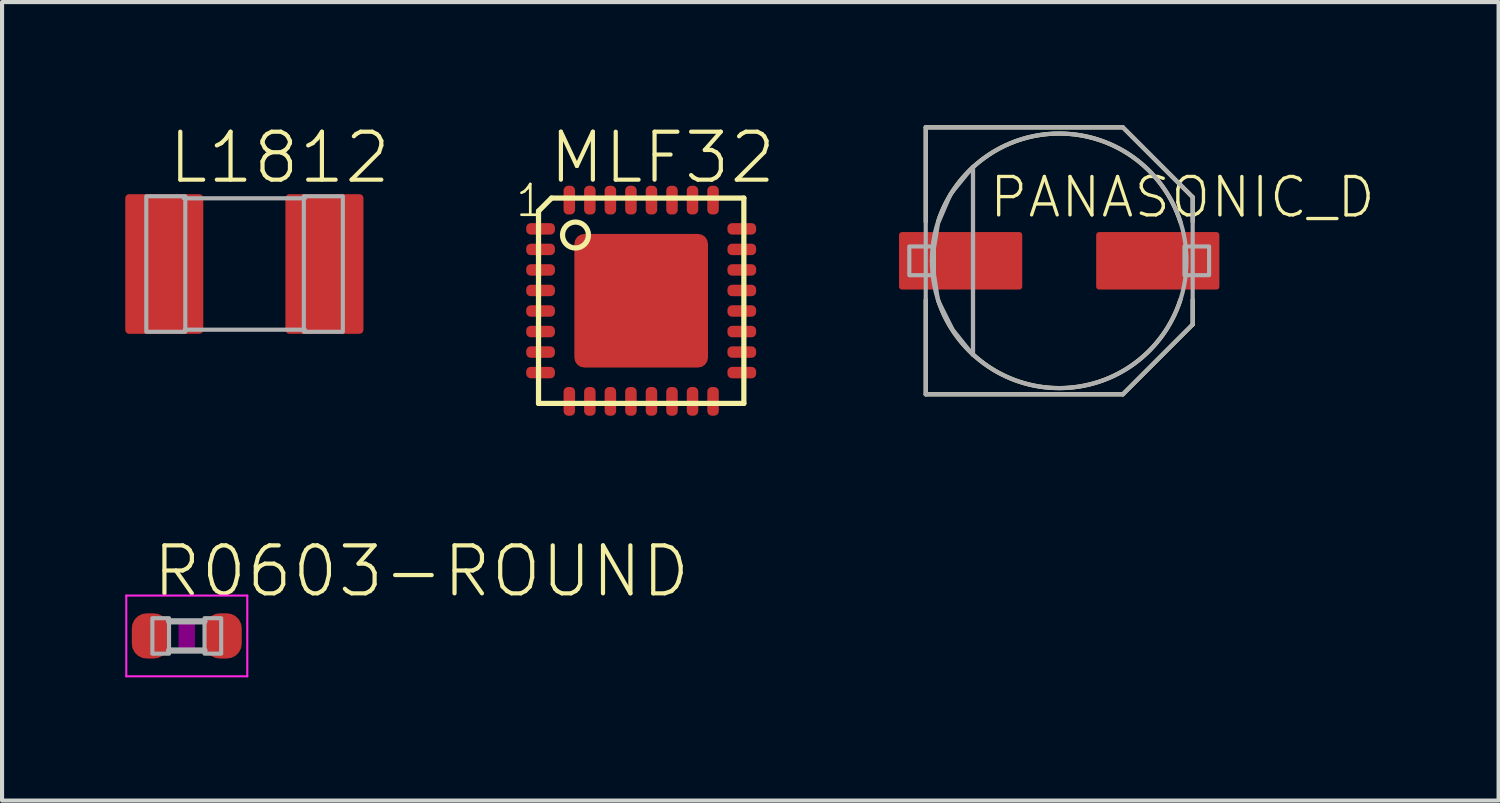
<source format=kicad_pcb>
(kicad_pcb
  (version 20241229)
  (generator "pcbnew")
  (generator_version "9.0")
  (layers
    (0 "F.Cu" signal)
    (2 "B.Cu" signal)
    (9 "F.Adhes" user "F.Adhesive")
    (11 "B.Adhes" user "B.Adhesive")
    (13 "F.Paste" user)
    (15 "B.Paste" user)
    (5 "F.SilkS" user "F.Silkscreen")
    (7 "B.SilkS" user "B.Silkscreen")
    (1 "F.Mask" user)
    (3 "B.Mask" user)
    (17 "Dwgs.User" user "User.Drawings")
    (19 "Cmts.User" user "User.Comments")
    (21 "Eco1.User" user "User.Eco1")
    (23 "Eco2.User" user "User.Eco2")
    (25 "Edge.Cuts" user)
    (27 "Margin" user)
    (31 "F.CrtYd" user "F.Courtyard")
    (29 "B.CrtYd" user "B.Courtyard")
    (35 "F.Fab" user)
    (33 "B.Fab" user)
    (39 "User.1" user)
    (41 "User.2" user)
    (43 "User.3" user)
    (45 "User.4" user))
  (footprint "L1812"
    (layer "F.Cu")
    (at 2.9 3.378)
    (property "Reference" "L1812" (at -1.905 -1.905 0) (layer "F.SilkS") (effects (font (size 1.168 1.168) (thickness 0.102)) (justify left bottom)))
    (fp_line (start -1.473 -1.6) (end 1.473 -1.6) (stroke (width 0.102) (type solid)) (layer "F.Fab"))
    (fp_line (start -1.448 1.6) (end 1.473 1.6) (stroke (width 0.102) (type solid)) (layer "F.Fab"))
    (fp_poly (pts (xy -2.388 1.651) (xy -1.438 1.651) (xy -1.438 -1.649) (xy -2.388 -1.649)) (stroke (width 0.1) (type default)) (fill no) (layer "F.Fab"))
    (fp_poly (pts (xy 1.448 1.651) (xy 2.398 1.651) (xy 2.398 -1.649) (xy 1.448 -1.649)) (stroke (width 0.1) (type default)) (fill no) (layer "F.Fab"))
    (pad "1" smd roundrect (at -1.95 0) (size 1.9 3.4) (layers "F.Cu" "F.Mask" "F.Paste") (roundrect_rratio 0.05))
    (pad "2" smd roundrect (at 1.95 0) (size 1.9 3.4) (layers "F.Cu" "F.Mask" "F.Paste") (roundrect_rratio 0.05)))
  (footprint "PANASONIC_D"
    (layer "F.Cu")
    (at 22.742 3.301)
    (property "Reference" "PANASONIC_D" (at -1.75 -1 0) (layer "F.SilkS") (effects (font (size 0.935 0.935) (thickness 0.081)) (justify left bottom)))
    (fp_line (start -3.25 -3.25) (end 1.55 -3.25) (stroke (width 0.102) (type solid)) (layer "F.SilkS"))
    (fp_line (start -3.25 -0.95) (end -3.25 -3.25) (stroke (width 0.102) (type solid)) (layer "F.SilkS"))
    (fp_line (start -3.25 3.25) (end -3.25 0.95) (stroke (width 0.102) (type solid)) (layer "F.SilkS"))
    (fp_line (start 1.55 -3.25) (end 3.25 -1.55) (stroke (width 0.102) (type solid)) (layer "F.SilkS"))
    (fp_line (start 1.55 3.25) (end -3.25 3.25) (stroke (width 0.102) (type solid)) (layer "F.SilkS"))
    (fp_line (start 3.25 -1.55) (end 3.25 -0.95) (stroke (width 0.102) (type solid)) (layer "F.SilkS"))
    (fp_line (start 3.25 0.95) (end 3.25 1.55) (stroke (width 0.102) (type solid)) (layer "F.SilkS"))
    (fp_line (start 3.25 1.55) (end 1.55 3.25) (stroke (width 0.102) (type solid)) (layer "F.SilkS"))
    (fp_arc (start -2.95 -0.95) (mid 0 -3.099193) (end 2.95 -0.95) (stroke (width 0.1016) (type solid)) (layer "F.SilkS"))
    (fp_arc (start 2.95 0.95) (mid 0 3.099193) (end -2.95 0.95) (stroke (width 0.1016) (type solid)) (layer "F.SilkS"))
    (fp_line (start -3.25 -3.25) (end 1.55 -3.25) (stroke (width 0.102) (type solid)) (layer "F.Fab"))
    (fp_line (start -3.25 3.25) (end -3.25 -3.25) (stroke (width 0.102) (type solid)) (layer "F.Fab"))
    (fp_line (start -2.1 -2.25) (end -2.1 2.2) (stroke (width 0.102) (type solid)) (layer "F.Fab"))
    (fp_line (start 1.55 -3.25) (end 3.25 -1.55) (stroke (width 0.102) (type solid)) (layer "F.Fab"))
    (fp_line (start 1.55 3.25) (end -3.25 3.25) (stroke (width 0.102) (type solid)) (layer "F.Fab"))
    (fp_line (start 3.25 -1.55) (end 3.25 1.55) (stroke (width 0.102) (type solid)) (layer "F.Fab"))
    (fp_line (start 3.25 1.55) (end 1.55 3.25) (stroke (width 0.102) (type solid)) (layer "F.Fab"))
    (fp_circle (center 0 0) (end 3.1 0) (stroke (width 0.102) (type solid)) (fill no) (layer "F.Fab"))
    (fp_poly (pts (xy -3.65 0.35) (xy -3.05 0.35) (xy -3.05 -0.35) (xy -3.65 -0.35)) (stroke (width 0.1) (type default)) (fill no) (layer "F.Fab"))
    (fp_poly (pts (xy 3.05 0.35) (xy 3.65 0.35) (xy 3.65 -0.35) (xy 3.05 -0.35)) (stroke (width 0.1) (type default)) (fill no) (layer "F.Fab"))
    (fp_poly (pts (xy -2.099 2.295) (xy -2.593 1.678) (xy -2.949 0.966) (xy -3.101 -0.00022) (xy -2.949 -0.914) (xy -2.644 -1.627) (xy -2.099 -2.292)) (stroke (width 0.1) (type default)) (fill no) (layer "F.Fab"))
    (pad "+" smd roundrect (at 2.4 0) (size 3 1.4) (layers "F.Cu" "F.Mask" "F.Paste") (roundrect_rratio 0.05))
    (pad "-" smd roundrect (at -2.4 0) (size 3 1.4) (layers "F.Cu" "F.Mask" "F.Paste") (roundrect_rratio 0.05)))
  (footprint "MLF32"
    (layer "F.Cu")
    (at 12.563 4.273)
    (property "Reference" "MLF32" (at -2.3 -2.8 0) (layer "F.SilkS") (effects (font (size 1.168 1.168) (thickness 0.102)) (justify left bottom)))
    (fp_poly (pts (xy 0.232 -1.313) (xy 0.456 -1.253) (xy 0.667 -1.155) (xy 0.857 -1.022) (xy 1.022 -0.857) (xy 1.155 -0.667) (xy 1.254 -0.454) (xy 1.334 -0.003) (xy 1.313 0.232) (xy 1.253 0.456) (xy 1.155 0.667) (xy 1.022 0.857) (xy 0.857 1.022) (xy 0.667 1.155) (xy 0.456 1.253) (xy 0.232 1.313) (xy 0 1.334) (xy -0.232 1.313) (xy -0.456 1.253) (xy -0.667 1.155) (xy -0.857 1.022) (xy -1.022 0.857) (xy -1.155 0.667) (xy -1.253 0.456) (xy -1.313 0.232) (xy -1.334 0) (xy -1.313 -0.232) (xy -1.253 -0.456) (xy -1.155 -0.667) (xy -1.022 -0.857) (xy -0.857 -1.022) (xy -0.667 -1.155) (xy -0.456 -1.253) (xy -0.232 -1.313) (xy 0 -1.334)) (stroke (width 0) (type default)) (fill yes) (layer "F.Mask"))
    (fp_line (start -2.5 -2.183) (end -2.5 2.5) (stroke (width 0.127) (type solid)) (layer "F.SilkS"))
    (fp_line (start -2.5 2.5) (end 2.5 2.5) (stroke (width 0.127) (type solid)) (layer "F.SilkS"))
    (fp_line (start -2.183 -2.5) (end -2.5 -2.183) (stroke (width 0.127) (type solid)) (layer "F.SilkS"))
    (fp_line (start 2.5 -2.5) (end -2.183 -2.5) (stroke (width 0.127) (type solid)) (layer "F.SilkS"))
    (fp_line (start 2.5 2.5) (end 2.5 -2.5) (stroke (width 0.127) (type solid)) (layer "F.SilkS"))
    (fp_circle (center -1.6 -1.6) (end -1.284 -1.6) (stroke (width 0.127) (type solid)) (fill no) (layer "F.SilkS"))
    (fp_poly (pts (xy -0.635 0.635) (xy 0.635 0.635) (xy 0.635 -0.635) (xy -0.635 -0.635)) (stroke (width 0) (type default)) (fill yes) (layer "F.Paste"))
    (fp_text user "1" (at -3.1 -2 0) (layer "F.SilkS") (effects (font (size 0.748 0.748) (thickness 0.065)) (justify left bottom)))
    (pad "1" smd roundrect (at -2.45 -1.75 90) (size 0.28 0.7) (layers "F.Cu" "F.Mask" "F.Paste") (roundrect_rratio 0.4))
    (pad "2" smd roundrect (at -2.45 -1.25 90) (size 0.28 0.7) (layers "F.Cu" "F.Mask" "F.Paste") (roundrect_rratio 0.4))
    (pad "3" smd roundrect (at -2.45 -0.75 90) (size 0.28 0.7) (layers "F.Cu" "F.Mask" "F.Paste") (roundrect_rratio 0.4))
    (pad "4" smd roundrect (at -2.45 -0.25 90) (size 0.28 0.7) (layers "F.Cu" "F.Mask" "F.Paste") (roundrect_rratio 0.4))
    (pad "5" smd roundrect (at -2.45 0.25 90) (size 0.28 0.7) (layers "F.Cu" "F.Mask" "F.Paste") (roundrect_rratio 0.4))
    (pad "6" smd roundrect (at -2.45 0.75 90) (size 0.28 0.7) (layers "F.Cu" "F.Mask" "F.Paste") (roundrect_rratio 0.4))
    (pad "7" smd roundrect (at -2.45 1.25 90) (size 0.28 0.7) (layers "F.Cu" "F.Mask" "F.Paste") (roundrect_rratio 0.4))
    (pad "8" smd roundrect (at -2.45 1.75 90) (size 0.28 0.7) (layers "F.Cu" "F.Mask" "F.Paste") (roundrect_rratio 0.4))
    (pad "9" smd roundrect (at -1.75 2.45 180) (size 0.28 0.7) (layers "F.Cu" "F.Mask" "F.Paste") (roundrect_rratio 0.4))
    (pad "10" smd roundrect (at -1.25 2.45 180) (size 0.28 0.7) (layers "F.Cu" "F.Mask" "F.Paste") (roundrect_rratio 0.4))
    (pad "11" smd roundrect (at -0.75 2.45 180) (size 0.28 0.7) (layers "F.Cu" "F.Mask" "F.Paste") (roundrect_rratio 0.4))
    (pad "12" smd roundrect (at -0.25 2.45 180) (size 0.28 0.7) (layers "F.Cu" "F.Mask" "F.Paste") (roundrect_rratio 0.4))
    (pad "13" smd roundrect (at 0.25 2.45 180) (size 0.28 0.7) (layers "F.Cu" "F.Mask" "F.Paste") (roundrect_rratio 0.4))
    (pad "14" smd roundrect (at 0.75 2.45 180) (size 0.28 0.7) (layers "F.Cu" "F.Mask" "F.Paste") (roundrect_rratio 0.4))
    (pad "15" smd roundrect (at 1.25 2.45 180) (size 0.28 0.7) (layers "F.Cu" "F.Mask" "F.Paste") (roundrect_rratio 0.4))
    (pad "16" smd roundrect (at 1.75 2.45 180) (size 0.28 0.7) (layers "F.Cu" "F.Mask" "F.Paste") (roundrect_rratio 0.4))
    (pad "17" smd roundrect (at 2.45 1.75 90) (size 0.28 0.7) (layers "F.Cu" "F.Mask" "F.Paste") (roundrect_rratio 0.4))
    (pad "18" smd roundrect (at 2.45 1.25 90) (size 0.28 0.7) (layers "F.Cu" "F.Mask" "F.Paste") (roundrect_rratio 0.4))
    (pad "19" smd roundrect (at 2.45 0.75 90) (size 0.28 0.7) (layers "F.Cu" "F.Mask" "F.Paste") (roundrect_rratio 0.4))
    (pad "20" smd roundrect (at 2.45 0.25 90) (size 0.28 0.7) (layers "F.Cu" "F.Mask" "F.Paste") (roundrect_rratio 0.4))
    (pad "21" smd roundrect (at 2.45 -0.25 90) (size 0.28 0.7) (layers "F.Cu" "F.Mask" "F.Paste") (roundrect_rratio 0.4))
    (pad "22" smd roundrect (at 2.45 -0.75 90) (size 0.28 0.7) (layers "F.Cu" "F.Mask" "F.Paste") (roundrect_rratio 0.4))
    (pad "23" smd roundrect (at 2.45 -1.25 90) (size 0.28 0.7) (layers "F.Cu" "F.Mask" "F.Paste") (roundrect_rratio 0.4))
    (pad "24" smd roundrect (at 2.45 -1.75 90) (size 0.28 0.7) (layers "F.Cu" "F.Mask" "F.Paste") (roundrect_rratio 0.4))
    (pad "25" smd roundrect (at 1.75 -2.45 180) (size 0.28 0.7) (layers "F.Cu" "F.Mask" "F.Paste") (roundrect_rratio 0.4))
    (pad "26" smd roundrect (at 1.25 -2.45 180) (size 0.28 0.7) (layers "F.Cu" "F.Mask" "F.Paste") (roundrect_rratio 0.4))
    (pad "27" smd roundrect (at 0.75 -2.45 180) (size 0.28 0.7) (layers "F.Cu" "F.Mask" "F.Paste") (roundrect_rratio 0.4))
    (pad "28" smd roundrect (at 0.25 -2.45 180) (size 0.28 0.7) (layers "F.Cu" "F.Mask" "F.Paste") (roundrect_rratio 0.4))
    (pad "29" smd roundrect (at -0.25 -2.45 180) (size 0.28 0.7) (layers "F.Cu" "F.Mask" "F.Paste") (roundrect_rratio 0.4))
    (pad "30" smd roundrect (at -0.75 -2.45 180) (size 0.28 0.7) (layers "F.Cu" "F.Mask" "F.Paste") (roundrect_rratio 0.4))
    (pad "31" smd roundrect (at -1.25 -2.45 180) (size 0.28 0.7) (layers "F.Cu" "F.Mask" "F.Paste") (roundrect_rratio 0.4))
    (pad "32" smd roundrect (at -1.75 -2.45 180) (size 0.28 0.7) (layers "F.Cu" "F.Mask" "F.Paste") (roundrect_rratio 0.4))
    (pad "33" smd roundrect (at 0 0 180) (size 3.254 3.254) (layers "F.Cu") (roundrect_rratio 0.075)))
  (footprint "R0603-ROUND"
    (layer "F.Cu")
    (at 1.498 12.435)
    (property "Reference" "R0603-ROUND" (at -0.889 -0.889 0) (layer "F.SilkS") (effects (font (size 1.168 1.168) (thickness 0.102)) (justify left bottom)))
    (fp_poly (pts (xy -0.2 0.4) (xy 0.2 0.4) (xy 0.2 -0.4) (xy -0.2 -0.4)) (stroke (width 0) (type default)) (fill yes) (layer "F.Adhes"))
    (fp_line (start -1.473 -0.983) (end 1.473 -0.983) (stroke (width 0.051) (type solid)) (layer "F.CrtYd"))
    (fp_line (start -1.473 0.983) (end -1.473 -0.983) (stroke (width 0.051) (type solid)) (layer "F.CrtYd"))
    (fp_line (start 1.473 -0.983) (end 1.473 0.983) (stroke (width 0.051) (type solid)) (layer "F.CrtYd"))
    (fp_line (start 1.473 0.983) (end -1.473 0.983) (stroke (width 0.051) (type solid)) (layer "F.CrtYd"))
    (fp_line (start -0.432 0.356) (end 0.432 0.356) (stroke (width 0.152) (type solid)) (layer "F.Fab"))
    (fp_line (start 0.432 -0.356) (end -0.432 -0.356) (stroke (width 0.152) (type solid)) (layer "F.Fab"))
    (fp_poly (pts (xy -0.838 0.432) (xy -0.432 0.432) (xy -0.432 -0.432) (xy -0.838 -0.432)) (stroke (width 0.1) (type default)) (fill no) (layer "F.Fab"))
    (fp_poly (pts (xy 0.432 0.432) (xy 0.838 0.432) (xy 0.838 -0.432) (xy 0.432 -0.432)) (stroke (width 0.1) (type default)) (fill no) (layer "F.Fab"))
    (pad "1" smd roundrect (at -0.889 0) (size 0.898 1.1) (layers "F.Cu" "F.Mask" "F.Paste") (roundrect_rratio 0.4))
    (pad "2" smd roundrect (at 0.889 0) (size 0.898 1.1) (layers "F.Cu" "F.Mask" "F.Paste") (roundrect_rratio 0.4)))
  (gr_rect
    (start -3 -3)
    (end 33.441 16.444)
    (stroke (width 0.1) (type default))
    (fill no)
    (layer "Edge.Cuts")))
</source>
